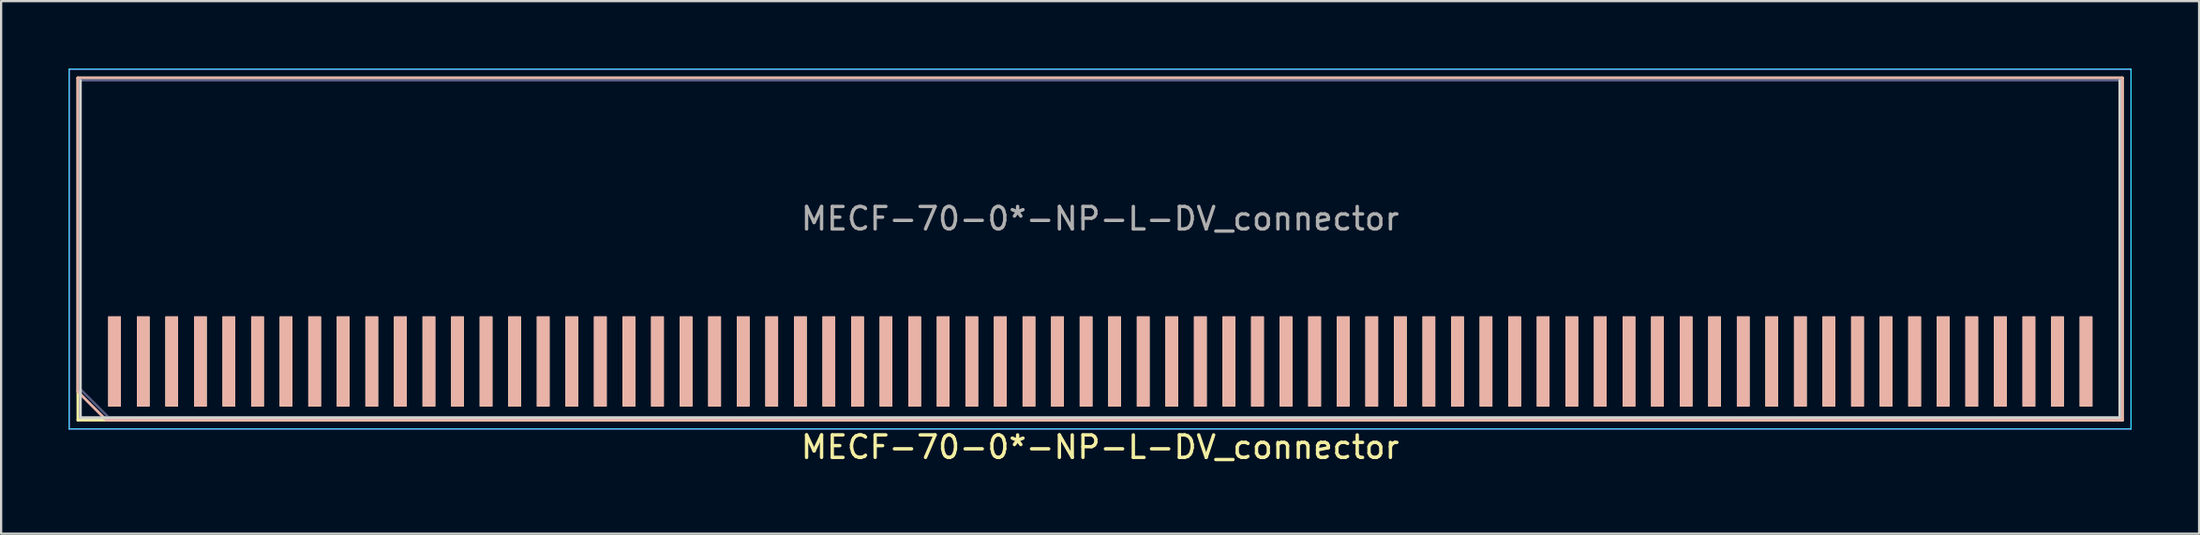
<source format=kicad_pcb>
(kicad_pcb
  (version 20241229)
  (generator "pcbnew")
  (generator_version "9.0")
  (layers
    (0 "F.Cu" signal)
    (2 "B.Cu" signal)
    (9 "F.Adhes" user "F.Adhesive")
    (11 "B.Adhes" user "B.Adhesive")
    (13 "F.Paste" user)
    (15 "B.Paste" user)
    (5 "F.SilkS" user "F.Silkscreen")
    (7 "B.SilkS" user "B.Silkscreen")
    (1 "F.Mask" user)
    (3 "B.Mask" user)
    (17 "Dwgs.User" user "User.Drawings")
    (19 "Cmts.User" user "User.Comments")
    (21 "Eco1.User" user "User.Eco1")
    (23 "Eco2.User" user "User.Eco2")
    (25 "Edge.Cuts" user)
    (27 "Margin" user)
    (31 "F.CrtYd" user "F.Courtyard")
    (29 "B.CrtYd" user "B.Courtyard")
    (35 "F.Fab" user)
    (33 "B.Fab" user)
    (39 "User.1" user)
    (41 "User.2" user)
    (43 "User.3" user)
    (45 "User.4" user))
  (footprint "MECF-70-0*-NP-L-DV_connector"
    (layer "F.Cu")
    (at 45.85 13.025)
    (property "Reference" "MECF-70-0*-NP-L-DV_connector" (at 0 3.81 0) (layer "F.SilkS") (effects (font (size 1 1) (thickness 0.15))))
    (attr through_hole)
    (fp_line (start -45.44 -12.61) (end 45.44 -12.61) (stroke (width 0.12) (type solid)) (layer "F.SilkS"))
    (fp_line (start -45.44 2.61) (end -45.44 -12.61) (stroke (width 0.12) (type solid)) (layer "F.SilkS"))
    (fp_line (start -45.44 2.61) (end 45.44 2.61) (stroke (width 0.12) (type solid)) (layer "F.SilkS"))
    (fp_line (start 45.44 2.61) (end 45.44 -12.61) (stroke (width 0.12) (type solid)) (layer "F.SilkS"))
    (fp_line (start -45.44 -12.61) (end 45.44 -12.61) (stroke (width 0.12) (type solid)) (layer "B.SilkS"))
    (fp_line (start -45.44 1.34) (end -45.44 -12.61) (stroke (width 0.12) (type solid)) (layer "B.SilkS"))
    (fp_line (start -44.17 2.61) (end -45.44 1.34) (stroke (width 0.12) (type solid)) (layer "B.SilkS"))
    (fp_line (start -44.17 2.61) (end 45.44 2.61) (stroke (width 0.12) (type solid)) (layer "B.SilkS"))
    (fp_line (start 45.44 2.61) (end 45.44 -12.61) (stroke (width 0.12) (type solid)) (layer "B.SilkS"))
    (fp_line (start -45.325 2.5) (end -45.325 -12.5) (stroke (width 0.12) (type solid)) (layer "Edge.Cuts"))
    (fp_line (start -45.325 2.5) (end 45.325 2.5) (stroke (width 0.12) (type solid)) (layer "Edge.Cuts"))
    (fp_line (start 45.325 2.5) (end 45.325 -12.5) (stroke (width 0.12) (type solid)) (layer "Edge.Cuts"))
    (fp_line (start -45.825 -13) (end -45.825 3) (stroke (width 0.05) (type solid)) (layer "B.CrtYd"))
    (fp_line (start -45.825 3) (end 45.825 3) (stroke (width 0.05) (type solid)) (layer "B.CrtYd"))
    (fp_line (start 45.825 -13) (end -45.825 -13) (stroke (width 0.05) (type solid)) (layer "B.CrtYd"))
    (fp_line (start 45.825 3) (end 45.825 -13) (stroke (width 0.05) (type solid)) (layer "B.CrtYd"))
    (fp_line (start -45.825 -13) (end -45.825 3) (stroke (width 0.05) (type solid)) (layer "F.CrtYd"))
    (fp_line (start -45.825 3) (end 45.825 3) (stroke (width 0.05) (type solid)) (layer "F.CrtYd"))
    (fp_line (start 45.825 -13) (end -45.825 -13) (stroke (width 0.05) (type solid)) (layer "F.CrtYd"))
    (fp_line (start 45.825 3) (end 45.825 -13) (stroke (width 0.05) (type solid)) (layer "F.CrtYd"))
    (fp_line (start -45.325 -12.5) (end 45.325 -12.5) (stroke (width 0.1) (type solid)) (layer "B.Fab"))
    (fp_line (start -45.325 1.23) (end -45.325 -12.5) (stroke (width 0.1) (type solid)) (layer "B.Fab"))
    (fp_line (start -45.325 1.23) (end -44.055 2.5) (stroke (width 0.1) (type solid)) (layer "B.Fab"))
    (fp_line (start -44.055 2.5) (end 45.325 2.5) (stroke (width 0.1) (type solid)) (layer "B.Fab"))
    (fp_line (start 45.325 2.5) (end 45.325 -12.5) (stroke (width 0.1) (type solid)) (layer "B.Fab"))
    (fp_line (start -45.325 -12.5) (end 45.325 -12.5) (stroke (width 0.1) (type solid)) (layer "F.Fab"))
    (fp_line (start -45.325 2.5) (end -45.325 -12.5) (stroke (width 0.1) (type solid)) (layer "F.Fab"))
    (fp_line (start -45.325 2.5) (end 45.325 2.5) (stroke (width 0.1) (type solid)) (layer "F.Fab"))
    (fp_line (start 45.325 2.5) (end 45.325 -12.5) (stroke (width 0.1) (type solid)) (layer "F.Fab"))
    (fp_text user "${REFERENCE}" (at 0 -6.35 0) (layer "F.Fab") (effects (font (size 1 1) (thickness 0.15))))
    (pad "1" smd rect (at -43.805 0) (size 0.56 4) (layers "F.Cu" "F.Mask" "F.SilkS"))
    (pad "2" smd rect (at -43.805 0) (size 0.56 4) (layers "B.Cu" "B.Mask" "B.SilkS"))
    (pad "3" smd rect (at -42.535 0) (size 0.56 4) (layers "F.Cu" "F.Mask" "F.SilkS"))
    (pad "4" smd rect (at -42.535 0) (size 0.56 4) (layers "B.Cu" "B.Mask" "B.SilkS"))
    (pad "5" smd rect (at -41.265 0) (size 0.56 4) (layers "F.Cu" "F.Mask" "F.SilkS"))
    (pad "6" smd rect (at -41.265 0) (size 0.56 4) (layers "B.Cu" "B.Mask" "B.SilkS"))
    (pad "7" smd rect (at -39.995 0) (size 0.56 4) (layers "F.Cu" "F.Mask" "F.SilkS"))
    (pad "8" smd rect (at -39.995 0) (size 0.56 4) (layers "B.Cu" "B.Mask" "B.SilkS"))
    (pad "9" smd rect (at -38.725 0) (size 0.56 4) (layers "F.Cu" "F.Mask" "F.SilkS"))
    (pad "10" smd rect (at -38.725 0) (size 0.56 4) (layers "B.Cu" "B.Mask" "B.SilkS"))
    (pad "11" smd rect (at -37.455 0) (size 0.56 4) (layers "F.Cu" "F.Mask" "F.SilkS"))
    (pad "12" smd rect (at -37.455 0) (size 0.56 4) (layers "B.Cu" "B.Mask" "B.SilkS"))
    (pad "13" smd rect (at -36.185 0) (size 0.56 4) (layers "F.Cu" "F.Mask" "F.SilkS"))
    (pad "14" smd rect (at -36.185 0) (size 0.56 4) (layers "B.Cu" "B.Mask" "B.SilkS"))
    (pad "15" smd rect (at -34.915 0) (size 0.56 4) (layers "F.Cu" "F.Mask" "F.SilkS"))
    (pad "16" smd rect (at -34.915 0) (size 0.56 4) (layers "B.Cu" "B.Mask" "B.SilkS"))
    (pad "17" smd rect (at -33.645 0) (size 0.56 4) (layers "F.Cu" "F.Mask" "F.SilkS"))
    (pad "18" smd rect (at -33.645 0) (size 0.56 4) (layers "B.Cu" "B.Mask" "B.SilkS"))
    (pad "19" smd rect (at -32.375 0) (size 0.56 4) (layers "F.Cu" "F.Mask" "F.SilkS"))
    (pad "20" smd rect (at -32.375 0) (size 0.56 4) (layers "B.Cu" "B.Mask" "B.SilkS"))
    (pad "21" smd rect (at -31.105 0) (size 0.56 4) (layers "F.Cu" "F.Mask" "F.SilkS"))
    (pad "22" smd rect (at -31.105 0) (size 0.56 4) (layers "B.Cu" "B.Mask" "B.SilkS"))
    (pad "23" smd rect (at -29.835 0) (size 0.56 4) (layers "F.Cu" "F.Mask" "F.SilkS"))
    (pad "24" smd rect (at -29.835 0) (size 0.56 4) (layers "B.Cu" "B.Mask" "B.SilkS"))
    (pad "25" smd rect (at -28.565 0) (size 0.56 4) (layers "F.Cu" "F.Mask" "F.SilkS"))
    (pad "26" smd rect (at -28.565 0) (size 0.56 4) (layers "B.Cu" "B.Mask" "B.SilkS"))
    (pad "27" smd rect (at -27.295 0) (size 0.56 4) (layers "F.Cu" "F.Mask" "F.SilkS"))
    (pad "28" smd rect (at -27.295 0) (size 0.56 4) (layers "B.Cu" "B.Mask" "B.SilkS"))
    (pad "29" smd rect (at -26.025 0) (size 0.56 4) (layers "F.Cu" "F.Mask" "F.SilkS"))
    (pad "30" smd rect (at -26.025 0) (size 0.56 4) (layers "B.Cu" "B.Mask" "B.SilkS"))
    (pad "31" smd rect (at -24.755 0) (size 0.56 4) (layers "F.Cu" "F.Mask" "F.SilkS"))
    (pad "32" smd rect (at -24.755 0) (size 0.56 4) (layers "B.Cu" "B.Mask" "B.SilkS"))
    (pad "33" smd rect (at -23.485 0) (size 0.56 4) (layers "F.Cu" "F.Mask" "F.SilkS"))
    (pad "34" smd rect (at -23.485 0) (size 0.56 4) (layers "B.Cu" "B.Mask" "B.SilkS"))
    (pad "35" smd rect (at -22.215 0) (size 0.56 4) (layers "F.Cu" "F.Mask" "F.SilkS"))
    (pad "36" smd rect (at -22.215 0) (size 0.56 4) (layers "B.Cu" "B.Mask" "B.SilkS"))
    (pad "37" smd rect (at -20.945 0) (size 0.56 4) (layers "F.Cu" "F.Mask" "F.SilkS"))
    (pad "38" smd rect (at -20.945 0) (size 0.56 4) (layers "B.Cu" "B.Mask" "B.SilkS"))
    (pad "39" smd rect (at -19.675 0) (size 0.56 4) (layers "F.Cu" "F.Mask" "F.SilkS"))
    (pad "40" smd rect (at -19.675 0) (size 0.56 4) (layers "B.Cu" "B.Mask" "B.SilkS"))
    (pad "41" smd rect (at -18.405 0) (size 0.56 4) (layers "F.Cu" "F.Mask" "F.SilkS"))
    (pad "42" smd rect (at -18.405 0) (size 0.56 4) (layers "B.Cu" "B.Mask" "B.SilkS"))
    (pad "43" smd rect (at -17.135 0) (size 0.56 4) (layers "F.Cu" "F.Mask" "F.SilkS"))
    (pad "44" smd rect (at -17.135 0) (size 0.56 4) (layers "B.Cu" "B.Mask" "B.SilkS"))
    (pad "45" smd rect (at -15.865 0) (size 0.56 4) (layers "F.Cu" "F.Mask" "F.SilkS"))
    (pad "46" smd rect (at -15.865 0) (size 0.56 4) (layers "B.Cu" "B.Mask" "B.SilkS"))
    (pad "47" smd rect (at -14.595 0) (size 0.56 4) (layers "F.Cu" "F.Mask" "F.SilkS"))
    (pad "48" smd rect (at -14.595 0) (size 0.56 4) (layers "B.Cu" "B.Mask" "B.SilkS"))
    (pad "49" smd rect (at -13.325 0) (size 0.56 4) (layers "F.Cu" "F.Mask" "F.SilkS"))
    (pad "50" smd rect (at -13.325 0) (size 0.56 4) (layers "B.Cu" "B.Mask" "B.SilkS"))
    (pad "51" smd rect (at -12.055 0) (size 0.56 4) (layers "F.Cu" "F.Mask" "F.SilkS"))
    (pad "52" smd rect (at -12.055 0) (size 0.56 4) (layers "B.Cu" "B.Mask" "B.SilkS"))
    (pad "53" smd rect (at -10.785 0) (size 0.56 4) (layers "F.Cu" "F.Mask" "F.SilkS"))
    (pad "54" smd rect (at -10.785 0) (size 0.56 4) (layers "B.Cu" "B.Mask" "B.SilkS"))
    (pad "55" smd rect (at -9.515 0) (size 0.56 4) (layers "F.Cu" "F.Mask" "F.SilkS"))
    (pad "56" smd rect (at -9.515 0) (size 0.56 4) (layers "B.Cu" "B.Mask" "B.SilkS"))
    (pad "57" smd rect (at -8.245 0) (size 0.56 4) (layers "F.Cu" "F.Mask" "F.SilkS"))
    (pad "58" smd rect (at -8.245 0) (size 0.56 4) (layers "B.Cu" "B.Mask" "B.SilkS"))
    (pad "59" smd rect (at -6.975 0) (size 0.56 4) (layers "F.Cu" "F.Mask" "F.SilkS"))
    (pad "60" smd rect (at -6.975 0) (size 0.56 4) (layers "B.Cu" "B.Mask" "B.SilkS"))
    (pad "61" smd rect (at -5.705 0) (size 0.56 4) (layers "F.Cu" "F.Mask" "F.SilkS"))
    (pad "62" smd rect (at -5.705 0) (size 0.56 4) (layers "B.Cu" "B.Mask" "B.SilkS"))
    (pad "63" smd rect (at -4.435 0) (size 0.56 4) (layers "F.Cu" "F.Mask" "F.SilkS"))
    (pad "64" smd rect (at -4.435 0) (size 0.56 4) (layers "B.Cu" "B.Mask" "B.SilkS"))
    (pad "65" smd rect (at -3.165 0) (size 0.56 4) (layers "F.Cu" "F.Mask" "F.SilkS"))
    (pad "66" smd rect (at -3.165 0) (size 0.56 4) (layers "B.Cu" "B.Mask" "B.SilkS"))
    (pad "67" smd rect (at -1.895 0) (size 0.56 4) (layers "F.Cu" "F.Mask" "F.SilkS"))
    (pad "68" smd rect (at -1.895 0) (size 0.56 4) (layers "B.Cu" "B.Mask" "B.SilkS"))
    (pad "69" smd rect (at -0.625 0) (size 0.56 4) (layers "F.Cu" "F.Mask" "F.SilkS"))
    (pad "70" smd rect (at -0.625 0) (size 0.56 4) (layers "B.Cu" "B.Mask" "B.SilkS"))
    (pad "71" smd rect (at 0.645 0) (size 0.56 4) (layers "F.Cu" "F.Mask" "F.SilkS"))
    (pad "72" smd rect (at 0.645 0) (size 0.56 4) (layers "B.Cu" "B.Mask" "B.SilkS"))
    (pad "73" smd rect (at 1.915 0) (size 0.56 4) (layers "F.Cu" "F.Mask" "F.SilkS"))
    (pad "74" smd rect (at 1.915 0) (size 0.56 4) (layers "B.Cu" "B.Mask" "B.SilkS"))
    (pad "75" smd rect (at 3.185 0) (size 0.56 4) (layers "F.Cu" "F.Mask" "F.SilkS"))
    (pad "76" smd rect (at 3.185 0) (size 0.56 4) (layers "B.Cu" "B.Mask" "B.SilkS"))
    (pad "77" smd rect (at 4.455 0) (size 0.56 4) (layers "F.Cu" "F.Mask" "F.SilkS"))
    (pad "78" smd rect (at 4.455 0) (size 0.56 4) (layers "B.Cu" "B.Mask" "B.SilkS"))
    (pad "79" smd rect (at 5.725 0) (size 0.56 4) (layers "F.Cu" "F.Mask" "F.SilkS"))
    (pad "80" smd rect (at 5.725 0) (size 0.56 4) (layers "B.Cu" "B.Mask" "B.SilkS"))
    (pad "81" smd rect (at 6.995 0) (size 0.56 4) (layers "F.Cu" "F.Mask" "F.SilkS"))
    (pad "82" smd rect (at 6.995 0) (size 0.56 4) (layers "B.Cu" "B.Mask" "B.SilkS"))
    (pad "83" smd rect (at 8.265 0) (size 0.56 4) (layers "F.Cu" "F.Mask" "F.SilkS"))
    (pad "84" smd rect (at 8.265 0) (size 0.56 4) (layers "B.Cu" "B.Mask" "B.SilkS"))
    (pad "85" smd rect (at 9.535 0) (size 0.56 4) (layers "F.Cu" "F.Mask" "F.SilkS"))
    (pad "86" smd rect (at 9.535 0) (size 0.56 4) (layers "B.Cu" "B.Mask" "B.SilkS"))
    (pad "87" smd rect (at 10.805 0) (size 0.56 4) (layers "F.Cu" "F.Mask" "F.SilkS"))
    (pad "88" smd rect (at 10.805 0) (size 0.56 4) (layers "B.Cu" "B.Mask" "B.SilkS"))
    (pad "89" smd rect (at 12.075 0) (size 0.56 4) (layers "F.Cu" "F.Mask" "F.SilkS"))
    (pad "90" smd rect (at 12.075 0) (size 0.56 4) (layers "B.Cu" "B.Mask" "B.SilkS"))
    (pad "91" smd rect (at 13.345 0) (size 0.56 4) (layers "F.Cu" "F.Mask" "F.SilkS"))
    (pad "92" smd rect (at 13.345 0) (size 0.56 4) (layers "B.Cu" "B.Mask" "B.SilkS"))
    (pad "93" smd rect (at 14.615 0) (size 0.56 4) (layers "F.Cu" "F.Mask" "F.SilkS"))
    (pad "94" smd rect (at 14.615 0) (size 0.56 4) (layers "B.Cu" "B.Mask" "B.SilkS"))
    (pad "95" smd rect (at 15.885 0) (size 0.56 4) (layers "F.Cu" "F.Mask" "F.SilkS"))
    (pad "96" smd rect (at 15.885 0) (size 0.56 4) (layers "B.Cu" "B.Mask" "B.SilkS"))
    (pad "97" smd rect (at 17.155 0) (size 0.56 4) (layers "F.Cu" "F.Mask" "F.SilkS"))
    (pad "98" smd rect (at 17.155 0) (size 0.56 4) (layers "B.Cu" "B.Mask" "B.SilkS"))
    (pad "99" smd rect (at 18.425 0) (size 0.56 4) (layers "F.Cu" "F.Mask" "F.SilkS"))
    (pad "100" smd rect (at 18.425 0) (size 0.56 4) (layers "B.Cu" "B.Mask" "B.SilkS"))
    (pad "101" smd rect (at 19.695 0) (size 0.56 4) (layers "F.Cu" "F.Mask" "F.SilkS"))
    (pad "102" smd rect (at 19.695 0) (size 0.56 4) (layers "B.Cu" "B.Mask" "B.SilkS"))
    (pad "103" smd rect (at 20.965 0) (size 0.56 4) (layers "F.Cu" "F.Mask" "F.SilkS"))
    (pad "104" smd rect (at 20.965 0) (size 0.56 4) (layers "B.Cu" "B.Mask" "B.SilkS"))
    (pad "105" smd rect (at 22.235 0) (size 0.56 4) (layers "F.Cu" "F.Mask" "F.SilkS"))
    (pad "106" smd rect (at 22.235 0) (size 0.56 4) (layers "B.Cu" "B.Mask" "B.SilkS"))
    (pad "107" smd rect (at 23.505 0) (size 0.56 4) (layers "F.Cu" "F.Mask" "F.SilkS"))
    (pad "108" smd rect (at 23.505 0) (size 0.56 4) (layers "B.Cu" "B.Mask" "B.SilkS"))
    (pad "109" smd rect (at 24.775 0) (size 0.56 4) (layers "F.Cu" "F.Mask" "F.SilkS"))
    (pad "110" smd rect (at 24.775 0) (size 0.56 4) (layers "B.Cu" "B.Mask" "B.SilkS"))
    (pad "111" smd rect (at 26.045 0) (size 0.56 4) (layers "F.Cu" "F.Mask" "F.SilkS"))
    (pad "112" smd rect (at 26.045 0) (size 0.56 4) (layers "B.Cu" "B.Mask" "B.SilkS"))
    (pad "113" smd rect (at 27.315 0) (size 0.56 4) (layers "F.Cu" "F.Mask" "F.SilkS"))
    (pad "114" smd rect (at 27.315 0) (size 0.56 4) (layers "B.Cu" "B.Mask" "B.SilkS"))
    (pad "115" smd rect (at 28.585 0) (size 0.56 4) (layers "F.Cu" "F.Mask" "F.SilkS"))
    (pad "116" smd rect (at 28.585 0) (size 0.56 4) (layers "B.Cu" "B.Mask" "B.SilkS"))
    (pad "117" smd rect (at 29.855 0) (size 0.56 4) (layers "F.Cu" "F.Mask" "F.SilkS"))
    (pad "118" smd rect (at 29.855 0) (size 0.56 4) (layers "B.Cu" "B.Mask" "B.SilkS"))
    (pad "119" smd rect (at 31.125 0) (size 0.56 4) (layers "F.Cu" "F.Mask" "F.SilkS"))
    (pad "120" smd rect (at 31.125 0) (size 0.56 4) (layers "B.Cu" "B.Mask" "B.SilkS"))
    (pad "121" smd rect (at 32.395 0) (size 0.56 4) (layers "F.Cu" "F.Mask" "F.SilkS"))
    (pad "122" smd rect (at 32.395 0) (size 0.56 4) (layers "B.Cu" "B.Mask" "B.SilkS"))
    (pad "123" smd rect (at 33.665 0) (size 0.56 4) (layers "F.Cu" "F.Mask" "F.SilkS"))
    (pad "124" smd rect (at 33.665 0) (size 0.56 4) (layers "B.Cu" "B.Mask" "B.SilkS"))
    (pad "125" smd rect (at 34.935 0) (size 0.56 4) (layers "F.Cu" "F.Mask" "F.SilkS"))
    (pad "126" smd rect (at 34.935 0) (size 0.56 4) (layers "B.Cu" "B.Mask" "B.SilkS"))
    (pad "127" smd rect (at 36.205 0) (size 0.56 4) (layers "F.Cu" "F.Mask" "F.SilkS"))
    (pad "128" smd rect (at 36.205 0) (size 0.56 4) (layers "B.Cu" "B.Mask" "B.SilkS"))
    (pad "129" smd rect (at 37.475 0) (size 0.56 4) (layers "F.Cu" "F.Mask" "F.SilkS"))
    (pad "130" smd rect (at 37.475 0) (size 0.56 4) (layers "B.Cu" "B.Mask" "B.SilkS"))
    (pad "131" smd rect (at 38.745 0) (size 0.56 4) (layers "F.Cu" "F.Mask" "F.SilkS"))
    (pad "132" smd rect (at 38.745 0) (size 0.56 4) (layers "B.Cu" "B.Mask" "B.SilkS"))
    (pad "133" smd rect (at 40.015 0) (size 0.56 4) (layers "F.Cu" "F.Mask" "F.SilkS"))
    (pad "134" smd rect (at 40.015 0) (size 0.56 4) (layers "B.Cu" "B.Mask" "B.SilkS"))
    (pad "135" smd rect (at 41.285 0) (size 0.56 4) (layers "F.Cu" "F.Mask" "F.SilkS"))
    (pad "136" smd rect (at 41.285 0) (size 0.56 4) (layers "B.Cu" "B.Mask" "B.SilkS"))
    (pad "137" smd rect (at 42.555 0) (size 0.56 4) (layers "F.Cu" "F.Mask" "F.SilkS"))
    (pad "138" smd rect (at 42.555 0) (size 0.56 4) (layers "B.Cu" "B.Mask" "B.SilkS"))
    (pad "139" smd rect (at 43.825 0) (size 0.56 4) (layers "F.Cu" "F.Mask" "F.SilkS"))
    (pad "140" smd rect (at 43.825 0) (size 0.56 4) (layers "B.Cu" "B.Mask" "B.SilkS")))
  (gr_rect
    (start -3 -3)
    (end 94.7 20.683)
    (stroke (width 0.1) (type default))
    (fill no)
    (layer "Edge.Cuts")))
</source>
